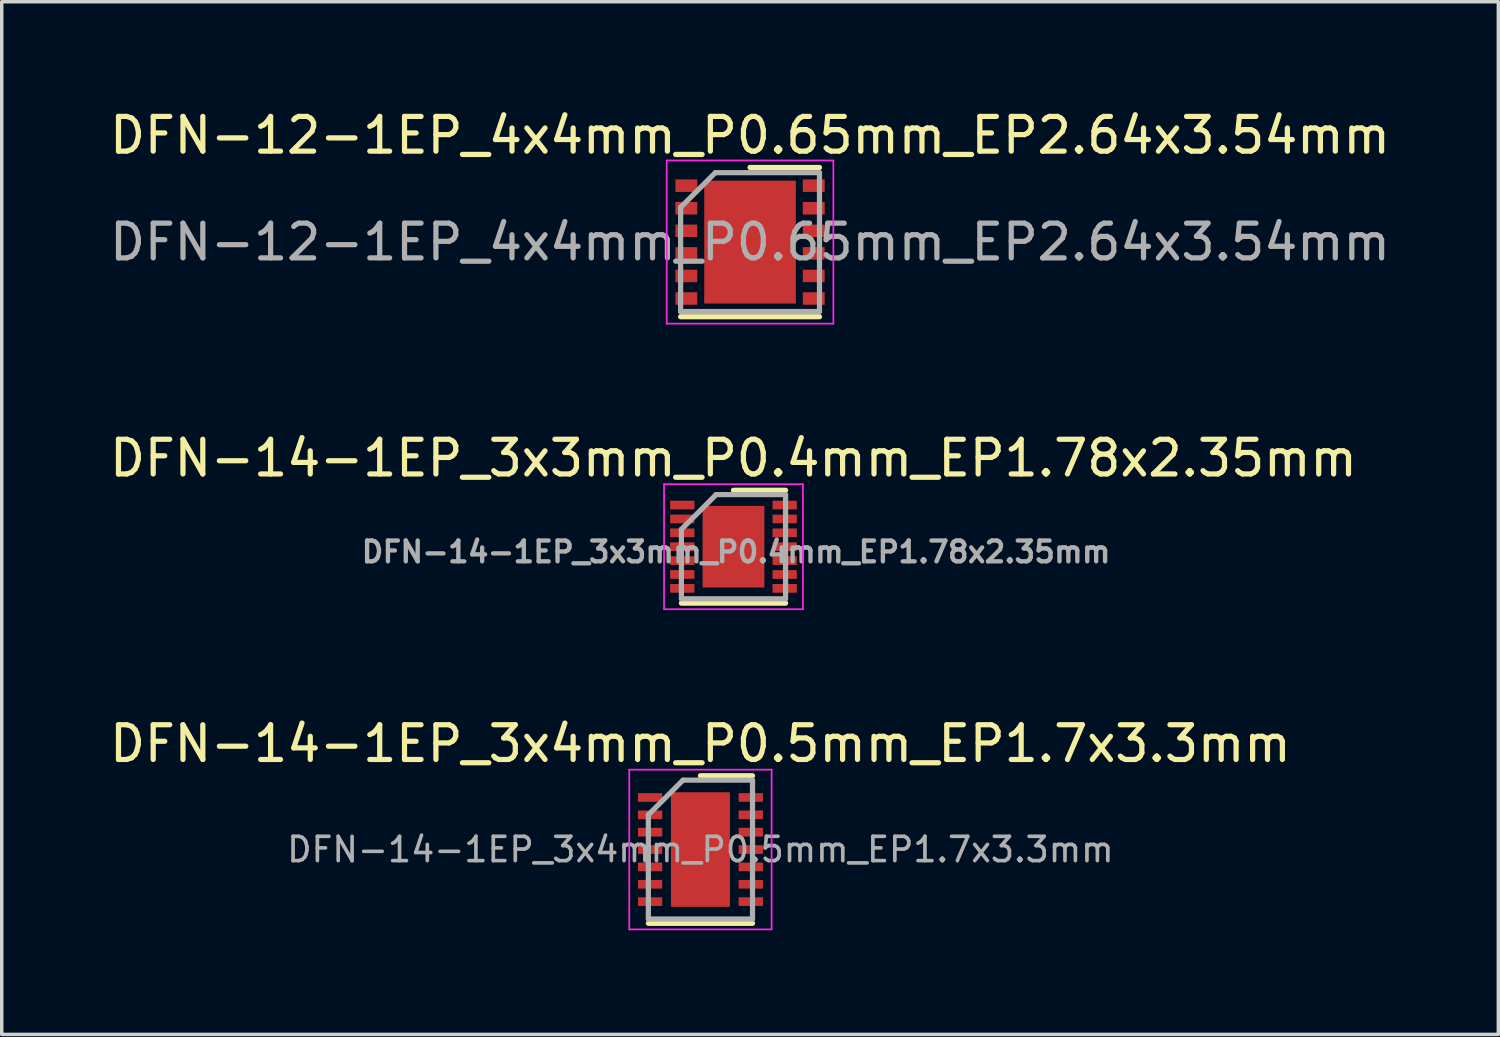
<source format=kicad_pcb>
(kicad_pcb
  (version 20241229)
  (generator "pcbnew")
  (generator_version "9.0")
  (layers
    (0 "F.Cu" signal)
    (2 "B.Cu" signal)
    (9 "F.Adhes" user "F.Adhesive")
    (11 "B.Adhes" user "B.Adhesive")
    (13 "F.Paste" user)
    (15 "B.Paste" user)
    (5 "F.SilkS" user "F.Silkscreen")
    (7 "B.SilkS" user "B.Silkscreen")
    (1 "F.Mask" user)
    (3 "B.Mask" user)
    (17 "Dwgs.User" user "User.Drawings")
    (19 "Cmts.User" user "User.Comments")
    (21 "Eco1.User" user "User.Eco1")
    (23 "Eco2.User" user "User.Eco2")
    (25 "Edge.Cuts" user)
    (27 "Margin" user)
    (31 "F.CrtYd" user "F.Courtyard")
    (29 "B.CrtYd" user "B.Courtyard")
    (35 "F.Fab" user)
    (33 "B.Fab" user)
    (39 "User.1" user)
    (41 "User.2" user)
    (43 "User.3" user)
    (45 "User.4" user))
  (footprint "DFN-14-1EP_3x3mm_P0.4mm_EP1.78x2.35mm"
    (layer "F.Cu")
    (at 18.077 12.697)
    (property "Reference" "DFN-14-1EP_3x3mm_P0.4mm_EP1.78x2.35mm" (at 0 -2.55 0) (layer "F.SilkS") (effects (font (size 1 1) (thickness 0.15))))
    (attr smd)
    (fp_line (start -1.5 1.625) (end 1.5 1.625) (stroke (width 0.15) (type solid)) (layer "F.SilkS"))
    (fp_line (start 0 -1.625) (end 1.5 -1.625) (stroke (width 0.15) (type solid)) (layer "F.SilkS"))
    (fp_line (start -2 -1.8) (end -2 1.8) (stroke (width 0.05) (type solid)) (layer "F.CrtYd"))
    (fp_line (start -2 -1.8) (end 2 -1.8) (stroke (width 0.05) (type solid)) (layer "F.CrtYd"))
    (fp_line (start -2 1.8) (end 2 1.8) (stroke (width 0.05) (type solid)) (layer "F.CrtYd"))
    (fp_line (start 2 -1.8) (end 2 1.8) (stroke (width 0.05) (type solid)) (layer "F.CrtYd"))
    (fp_line (start -1.5 -0.5) (end -0.5 -1.5) (stroke (width 0.15) (type solid)) (layer "F.Fab"))
    (fp_line (start -1.5 1.5) (end -1.5 -0.5) (stroke (width 0.15) (type solid)) (layer "F.Fab"))
    (fp_line (start -0.5 -1.5) (end 1.5 -1.5) (stroke (width 0.15) (type solid)) (layer "F.Fab"))
    (fp_line (start 1.5 -1.5) (end 1.5 1.5) (stroke (width 0.15) (type solid)) (layer "F.Fab"))
    (fp_line (start 1.5 1.5) (end -1.5 1.5) (stroke (width 0.15) (type solid)) (layer "F.Fab"))
    (fp_text user "${REFERENCE}" (at 0.075 0.15 0) (layer "F.Fab") (effects (font (size 0.6 0.6) (thickness 0.125))))
    (pad "" smd rect (at -0.445 -0.588) (size 0.7 0.97) (layers "F.Paste"))
    (pad "" smd rect (at -0.445 0.588) (size 0.7 0.97) (layers "F.Paste"))
    (pad "" smd rect (at 0.45 -0.588) (size 0.7 0.97) (layers "F.Paste"))
    (pad "" smd rect (at 0.45 0.588) (size 0.7 0.97) (layers "F.Paste"))
    (pad "1" smd rect (at -1.475 -1.2) (size 0.7 0.25) (layers "F.Cu" "F.Mask" "F.Paste"))
    (pad "2" smd rect (at -1.475 -0.8) (size 0.7 0.25) (layers "F.Cu" "F.Mask" "F.Paste"))
    (pad "3" smd rect (at -1.475 -0.4) (size 0.7 0.25) (layers "F.Cu" "F.Mask" "F.Paste"))
    (pad "4" smd rect (at -1.475 0) (size 0.7 0.25) (layers "F.Cu" "F.Mask" "F.Paste"))
    (pad "5" smd rect (at -1.475 0.4) (size 0.7 0.25) (layers "F.Cu" "F.Mask" "F.Paste"))
    (pad "6" smd rect (at -1.475 0.8) (size 0.7 0.25) (layers "F.Cu" "F.Mask" "F.Paste"))
    (pad "7" smd rect (at -1.475 1.2) (size 0.7 0.25) (layers "F.Cu" "F.Mask" "F.Paste"))
    (pad "8" smd rect (at 1.475 1.2) (size 0.7 0.25) (layers "F.Cu" "F.Mask" "F.Paste"))
    (pad "9" smd rect (at 1.475 0.8) (size 0.7 0.25) (layers "F.Cu" "F.Mask" "F.Paste"))
    (pad "10" smd rect (at 1.475 0.4) (size 0.7 0.25) (layers "F.Cu" "F.Mask" "F.Paste"))
    (pad "11" smd rect (at 1.475 0) (size 0.7 0.25) (layers "F.Cu" "F.Mask" "F.Paste"))
    (pad "12" smd rect (at 1.475 -0.4) (size 0.7 0.25) (layers "F.Cu" "F.Mask" "F.Paste"))
    (pad "13" smd rect (at 1.475 -0.8) (size 0.7 0.25) (layers "F.Cu" "F.Mask" "F.Paste"))
    (pad "14" smd rect (at 1.475 -1.2) (size 0.7 0.25) (layers "F.Cu" "F.Mask" "F.Paste"))
    (pad "15" smd rect (at 0 0) (size 1.78 2.35) (layers "F.Cu" "F.Mask")))
  (footprint "DFN-14-1EP_3x4mm_P0.5mm_EP1.7x3.3mm"
    (layer "F.Cu")
    (at 17.125 21.42)
    (property "Reference" "DFN-14-1EP_3x4mm_P0.5mm_EP1.7x3.3mm" (at 0 -3.05 0) (layer "F.SilkS") (effects (font (size 1 1) (thickness 0.15))))
    (attr smd)
    (fp_line (start -1.5 2.125) (end 1.5 2.125) (stroke (width 0.15) (type solid)) (layer "F.SilkS"))
    (fp_line (start 0 -2.125) (end 1.5 -2.125) (stroke (width 0.15) (type solid)) (layer "F.SilkS"))
    (fp_line (start -2.05 -2.3) (end -2.05 2.3) (stroke (width 0.05) (type solid)) (layer "F.CrtYd"))
    (fp_line (start -2.05 -2.3) (end 2.05 -2.3) (stroke (width 0.05) (type solid)) (layer "F.CrtYd"))
    (fp_line (start -2.05 2.3) (end 2.05 2.3) (stroke (width 0.05) (type solid)) (layer "F.CrtYd"))
    (fp_line (start 2.05 -2.3) (end 2.05 2.3) (stroke (width 0.05) (type solid)) (layer "F.CrtYd"))
    (fp_line (start -1.5 -1) (end -0.5 -2) (stroke (width 0.15) (type solid)) (layer "F.Fab"))
    (fp_line (start -1.5 2) (end -1.5 -1) (stroke (width 0.15) (type solid)) (layer "F.Fab"))
    (fp_line (start -0.5 -2) (end 1.5 -2) (stroke (width 0.15) (type solid)) (layer "F.Fab"))
    (fp_line (start 1.5 -2) (end 1.5 2) (stroke (width 0.15) (type solid)) (layer "F.Fab"))
    (fp_line (start 1.5 2) (end -1.5 2) (stroke (width 0.15) (type solid)) (layer "F.Fab"))
    (fp_text user "${REFERENCE}" (at 0 0 0) (layer "F.Fab") (effects (font (size 0.7 0.7) (thickness 0.105))))
    (pad "" smd rect (at -0.425 -1.238) (size 0.685 0.67) (layers "F.Paste"))
    (pad "" smd rect (at -0.425 -0.412) (size 0.685 0.67) (layers "F.Paste"))
    (pad "" smd rect (at -0.425 0.412) (size 0.685 0.67) (layers "F.Paste"))
    (pad "" smd rect (at -0.425 1.238) (size 0.685 0.67) (layers "F.Paste"))
    (pad "" smd rect (at 0.425 -1.238) (size 0.685 0.67) (layers "F.Paste"))
    (pad "" smd rect (at 0.425 -0.412) (size 0.685 0.67) (layers "F.Paste"))
    (pad "" smd rect (at 0.425 0.412) (size 0.685 0.67) (layers "F.Paste"))
    (pad "" smd rect (at 0.425 1.238) (size 0.685 0.67) (layers "F.Paste"))
    (pad "1" smd rect (at -1.45 -1.5) (size 0.7 0.25) (layers "F.Cu" "F.Mask" "F.Paste"))
    (pad "2" smd rect (at -1.45 -1) (size 0.7 0.25) (layers "F.Cu" "F.Mask" "F.Paste"))
    (pad "3" smd rect (at -1.45 -0.5) (size 0.7 0.25) (layers "F.Cu" "F.Mask" "F.Paste"))
    (pad "4" smd rect (at -1.45 0) (size 0.7 0.25) (layers "F.Cu" "F.Mask" "F.Paste"))
    (pad "5" smd rect (at -1.45 0.5) (size 0.7 0.25) (layers "F.Cu" "F.Mask" "F.Paste"))
    (pad "6" smd rect (at -1.45 1) (size 0.7 0.25) (layers "F.Cu" "F.Mask" "F.Paste"))
    (pad "7" smd rect (at -1.45 1.5) (size 0.7 0.25) (layers "F.Cu" "F.Mask" "F.Paste"))
    (pad "8" smd rect (at 1.45 1.5) (size 0.7 0.25) (layers "F.Cu" "F.Mask" "F.Paste"))
    (pad "9" smd rect (at 1.45 1) (size 0.7 0.25) (layers "F.Cu" "F.Mask" "F.Paste"))
    (pad "10" smd rect (at 1.45 0.5) (size 0.7 0.25) (layers "F.Cu" "F.Mask" "F.Paste"))
    (pad "11" smd rect (at 1.45 0) (size 0.7 0.25) (layers "F.Cu" "F.Mask" "F.Paste"))
    (pad "12" smd rect (at 1.45 -0.5) (size 0.7 0.25) (layers "F.Cu" "F.Mask" "F.Paste"))
    (pad "13" smd rect (at 1.45 -1) (size 0.7 0.25) (layers "F.Cu" "F.Mask" "F.Paste"))
    (pad "14" smd rect (at 1.45 -1.5) (size 0.7 0.25) (layers "F.Cu" "F.Mask" "F.Paste"))
    (pad "15" smd rect (at 0 0) (size 1.7 3.3) (layers "F.Cu" "F.Mask")))
  (footprint "DFN-12-1EP_4x4mm_P0.65mm_EP2.64x3.54mm"
    (layer "F.Cu")
    (at 18.554 3.923)
    (property "Reference" "DFN-12-1EP_4x4mm_P0.65mm_EP2.64x3.54mm" (at 0 -3.075 0) (layer "F.SilkS") (effects (font (size 1 1) (thickness 0.15))))
    (attr smd)
    (fp_line (start -2 2.15) (end 2 2.15) (stroke (width 0.15) (type solid)) (layer "F.SilkS"))
    (fp_line (start 0 -2.15) (end 2 -2.15) (stroke (width 0.15) (type solid)) (layer "F.SilkS"))
    (fp_line (start -2.4 -2.35) (end -2.4 2.35) (stroke (width 0.05) (type solid)) (layer "F.CrtYd"))
    (fp_line (start -2.4 -2.35) (end 2.4 -2.35) (stroke (width 0.05) (type solid)) (layer "F.CrtYd"))
    (fp_line (start -2.4 2.35) (end 2.4 2.35) (stroke (width 0.05) (type solid)) (layer "F.CrtYd"))
    (fp_line (start 2.4 -2.35) (end 2.4 2.35) (stroke (width 0.05) (type solid)) (layer "F.CrtYd"))
    (fp_line (start -2 -1) (end -1 -2) (stroke (width 0.15) (type solid)) (layer "F.Fab"))
    (fp_line (start -2 2) (end -2 -1) (stroke (width 0.15) (type solid)) (layer "F.Fab"))
    (fp_line (start -1 -2) (end 2 -2) (stroke (width 0.15) (type solid)) (layer "F.Fab"))
    (fp_line (start 2 -2) (end 2 2) (stroke (width 0.15) (type solid)) (layer "F.Fab"))
    (fp_line (start 2 2) (end -2 2) (stroke (width 0.15) (type solid)) (layer "F.Fab"))
    (fp_text user "${REFERENCE}" (at 0 0 0) (layer "F.Fab") (effects (font (size 1 1) (thickness 0.15))))
    (pad "" smd rect (at -0.66 -1.327) (size 1.1 0.7) (layers "F.Paste"))
    (pad "" smd rect (at -0.66 -0.443) (size 1.1 0.7) (layers "F.Paste"))
    (pad "" smd rect (at -0.66 0.443) (size 1.1 0.7) (layers "F.Paste"))
    (pad "" smd rect (at -0.66 1.327) (size 1.1 0.7) (layers "F.Paste"))
    (pad "" smd rect (at 0.66 -1.327) (size 1.1 0.7) (layers "F.Paste"))
    (pad "" smd rect (at 0.66 -0.443) (size 1.1 0.7) (layers "F.Paste"))
    (pad "" smd rect (at 0.66 0.443) (size 1.1 0.7) (layers "F.Paste"))
    (pad "" smd rect (at 0.66 1.327) (size 1.1 0.7) (layers "F.Paste"))
    (pad "1" smd rect (at -1.835 -1.625) (size 0.63 0.36) (layers "F.Cu" "F.Mask" "F.Paste"))
    (pad "2" smd rect (at -1.835 -0.975) (size 0.63 0.36) (layers "F.Cu" "F.Mask" "F.Paste"))
    (pad "3" smd rect (at -1.835 -0.325) (size 0.63 0.36) (layers "F.Cu" "F.Mask" "F.Paste"))
    (pad "4" smd rect (at -1.835 0.325) (size 0.63 0.36) (layers "F.Cu" "F.Mask" "F.Paste"))
    (pad "5" smd rect (at -1.835 0.975) (size 0.63 0.36) (layers "F.Cu" "F.Mask" "F.Paste"))
    (pad "6" smd rect (at -1.835 1.625) (size 0.63 0.36) (layers "F.Cu" "F.Mask" "F.Paste"))
    (pad "7" smd rect (at 1.835 1.625) (size 0.63 0.36) (layers "F.Cu" "F.Mask" "F.Paste"))
    (pad "8" smd rect (at 1.835 0.975) (size 0.63 0.36) (layers "F.Cu" "F.Mask" "F.Paste"))
    (pad "9" smd rect (at 1.835 0.325) (size 0.63 0.36) (layers "F.Cu" "F.Mask" "F.Paste"))
    (pad "10" smd rect (at 1.835 -0.325) (size 0.63 0.36) (layers "F.Cu" "F.Mask" "F.Paste"))
    (pad "11" smd rect (at 1.835 -0.975) (size 0.63 0.36) (layers "F.Cu" "F.Mask" "F.Paste"))
    (pad "12" smd rect (at 1.835 -1.625) (size 0.63 0.36) (layers "F.Cu" "F.Mask" "F.Paste"))
    (pad "13" smd rect (at 0 0) (size 2.64 3.54) (layers "F.Cu" "F.Mask")))
  (gr_rect
    (start -3 -3)
    (end 40.107 26.745)
    (stroke (width 0.1) (type default))
    (fill no)
    (layer "Edge.Cuts")))
</source>
